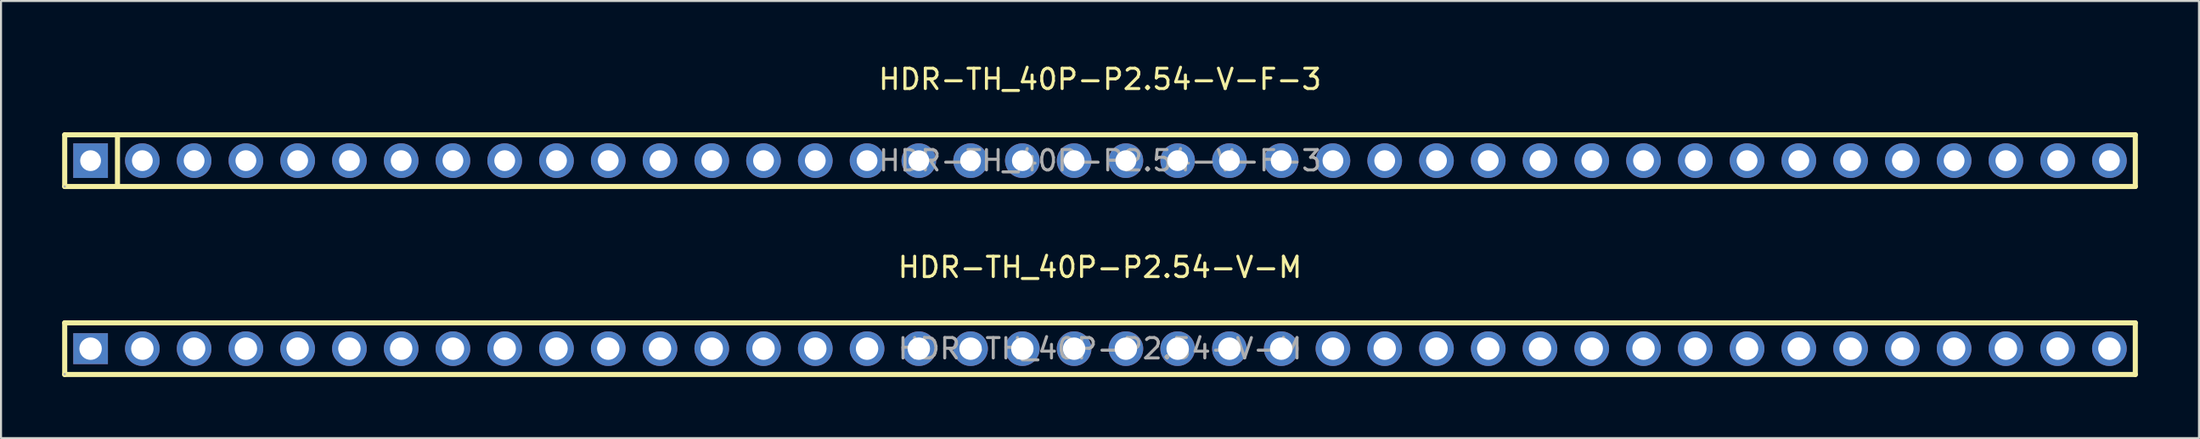
<source format=kicad_pcb>
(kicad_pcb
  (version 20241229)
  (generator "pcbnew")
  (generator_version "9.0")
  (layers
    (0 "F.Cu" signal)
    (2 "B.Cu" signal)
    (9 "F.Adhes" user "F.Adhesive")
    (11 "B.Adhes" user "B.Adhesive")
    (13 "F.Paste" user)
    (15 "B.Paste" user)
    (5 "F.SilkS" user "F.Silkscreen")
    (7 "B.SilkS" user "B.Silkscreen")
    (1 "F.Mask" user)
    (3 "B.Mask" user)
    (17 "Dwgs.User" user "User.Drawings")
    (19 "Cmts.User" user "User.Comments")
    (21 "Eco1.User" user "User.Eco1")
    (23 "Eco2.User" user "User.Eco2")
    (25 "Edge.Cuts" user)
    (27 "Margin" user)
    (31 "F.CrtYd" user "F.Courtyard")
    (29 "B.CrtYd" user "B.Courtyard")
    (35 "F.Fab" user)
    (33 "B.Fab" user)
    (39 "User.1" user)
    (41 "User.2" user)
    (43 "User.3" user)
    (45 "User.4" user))
  (footprint "HDR-TH_40P-P2.54-V-M"
    (layer "F.Cu")
    (at 50.925 14.091)
    (property "Reference" "HDR-TH_40P-P2.54-V-M" (at 0 -4 0) (layer "F.SilkS") (effects (font (size 1 1) (thickness 0.15))))
    (attr through_hole)
    (fp_line (start -50.8 -1.27) (end 50.8 -1.27) (stroke (width 0.25) (type solid)) (layer "F.SilkS"))
    (fp_line (start -50.8 1.27) (end -50.8 -1.27) (stroke (width 0.25) (type solid)) (layer "F.SilkS"))
    (fp_line (start 50.8 -1.27) (end 50.8 1.27) (stroke (width 0.25) (type solid)) (layer "F.SilkS"))
    (fp_line (start 50.8 1.27) (end -50.8 1.27) (stroke (width 0.25) (type solid)) (layer "F.SilkS"))
    (fp_circle (center -50.8 1.25) (end -50.77 1.25) (stroke (width 0.06) (type solid)) (fill no) (layer "F.Fab"))
    (fp_text user "${REFERENCE}" (at 0 0 0) (layer "F.Fab") (effects (font (size 1 1) (thickness 0.15))))
    (pad "1" thru_hole rect (at -49.53 0) (size 1.7 1.52) (drill 1.1) (layers "*.Cu" "*.Paste" "*.Mask"))
    (pad "2" thru_hole circle (at -46.99 0) (size 1.7 1.7) (drill 1.1) (layers "*.Cu" "*.Paste" "*.Mask"))
    (pad "3" thru_hole circle (at -44.45 0) (size 1.7 1.7) (drill 1.1) (layers "*.Cu" "*.Paste" "*.Mask"))
    (pad "4" thru_hole circle (at -41.91 0) (size 1.7 1.7) (drill 1.1) (layers "*.Cu" "*.Paste" "*.Mask"))
    (pad "5" thru_hole circle (at -39.37 0) (size 1.7 1.7) (drill 1.1) (layers "*.Cu" "*.Paste" "*.Mask"))
    (pad "6" thru_hole circle (at -36.83 0) (size 1.7 1.7) (drill 1.1) (layers "*.Cu" "*.Paste" "*.Mask"))
    (pad "7" thru_hole circle (at -34.29 0) (size 1.7 1.7) (drill 1.1) (layers "*.Cu" "*.Paste" "*.Mask"))
    (pad "8" thru_hole circle (at -31.75 0) (size 1.7 1.7) (drill 1.1) (layers "*.Cu" "*.Paste" "*.Mask"))
    (pad "9" thru_hole circle (at -29.21 0) (size 1.7 1.7) (drill 1.1) (layers "*.Cu" "*.Paste" "*.Mask"))
    (pad "10" thru_hole circle (at -26.67 0) (size 1.7 1.7) (drill 1.1) (layers "*.Cu" "*.Paste" "*.Mask"))
    (pad "11" thru_hole circle (at -24.13 0) (size 1.7 1.7) (drill 1.1) (layers "*.Cu" "*.Paste" "*.Mask"))
    (pad "12" thru_hole circle (at -21.59 0) (size 1.7 1.7) (drill 1.1) (layers "*.Cu" "*.Paste" "*.Mask"))
    (pad "13" thru_hole circle (at -19.05 0) (size 1.7 1.7) (drill 1.1) (layers "*.Cu" "*.Paste" "*.Mask"))
    (pad "14" thru_hole circle (at -16.51 0) (size 1.7 1.7) (drill 1.1) (layers "*.Cu" "*.Paste" "*.Mask"))
    (pad "15" thru_hole circle (at -13.97 0) (size 1.7 1.7) (drill 1.1) (layers "*.Cu" "*.Paste" "*.Mask"))
    (pad "16" thru_hole circle (at -11.43 0) (size 1.7 1.7) (drill 1.1) (layers "*.Cu" "*.Paste" "*.Mask"))
    (pad "17" thru_hole circle (at -8.89 0) (size 1.7 1.7) (drill 1.1) (layers "*.Cu" "*.Paste" "*.Mask"))
    (pad "18" thru_hole circle (at -6.35 0) (size 1.7 1.7) (drill 1.1) (layers "*.Cu" "*.Paste" "*.Mask"))
    (pad "19" thru_hole circle (at -3.81 0) (size 1.7 1.7) (drill 1.1) (layers "*.Cu" "*.Paste" "*.Mask"))
    (pad "20" thru_hole circle (at -1.27 0) (size 1.7 1.7) (drill 1.1) (layers "*.Cu" "*.Paste" "*.Mask"))
    (pad "21" thru_hole circle (at 1.27 0) (size 1.7 1.7) (drill 1.1) (layers "*.Cu" "*.Paste" "*.Mask"))
    (pad "22" thru_hole circle (at 3.81 0) (size 1.7 1.7) (drill 1.1) (layers "*.Cu" "*.Paste" "*.Mask"))
    (pad "23" thru_hole circle (at 6.35 0) (size 1.7 1.7) (drill 1.1) (layers "*.Cu" "*.Paste" "*.Mask"))
    (pad "24" thru_hole circle (at 8.89 0) (size 1.7 1.7) (drill 1.1) (layers "*.Cu" "*.Paste" "*.Mask"))
    (pad "25" thru_hole circle (at 11.43 0) (size 1.7 1.7) (drill 1.1) (layers "*.Cu" "*.Paste" "*.Mask"))
    (pad "26" thru_hole circle (at 13.97 0) (size 1.7 1.7) (drill 1.1) (layers "*.Cu" "*.Paste" "*.Mask"))
    (pad "27" thru_hole circle (at 16.51 0) (size 1.7 1.7) (drill 1.1) (layers "*.Cu" "*.Paste" "*.Mask"))
    (pad "28" thru_hole circle (at 19.05 0) (size 1.7 1.7) (drill 1.1) (layers "*.Cu" "*.Paste" "*.Mask"))
    (pad "29" thru_hole circle (at 21.59 0) (size 1.7 1.7) (drill 1.1) (layers "*.Cu" "*.Paste" "*.Mask"))
    (pad "30" thru_hole circle (at 24.13 0) (size 1.7 1.7) (drill 1.1) (layers "*.Cu" "*.Paste" "*.Mask"))
    (pad "31" thru_hole circle (at 26.67 0) (size 1.7 1.7) (drill 1.1) (layers "*.Cu" "*.Paste" "*.Mask"))
    (pad "32" thru_hole circle (at 29.21 0) (size 1.7 1.7) (drill 1.1) (layers "*.Cu" "*.Paste" "*.Mask"))
    (pad "33" thru_hole circle (at 31.75 0) (size 1.7 1.7) (drill 1.1) (layers "*.Cu" "*.Paste" "*.Mask"))
    (pad "34" thru_hole circle (at 34.29 0) (size 1.7 1.7) (drill 1.1) (layers "*.Cu" "*.Paste" "*.Mask"))
    (pad "35" thru_hole circle (at 36.83 0) (size 1.7 1.7) (drill 1.1) (layers "*.Cu" "*.Paste" "*.Mask"))
    (pad "36" thru_hole circle (at 39.37 0) (size 1.7 1.7) (drill 1.1) (layers "*.Cu" "*.Paste" "*.Mask"))
    (pad "37" thru_hole circle (at 41.91 0) (size 1.7 1.7) (drill 1.1) (layers "*.Cu" "*.Paste" "*.Mask"))
    (pad "38" thru_hole circle (at 44.45 0) (size 1.7 1.7) (drill 1.1) (layers "*.Cu" "*.Paste" "*.Mask"))
    (pad "39" thru_hole circle (at 46.99 0) (size 1.7 1.7) (drill 1.1) (layers "*.Cu" "*.Paste" "*.Mask"))
    (pad "40" thru_hole circle (at 49.53 0) (size 1.7 1.7) (drill 1.1) (layers "*.Cu" "*.Paste" "*.Mask")))
  (footprint "HDR-TH_40P-P2.54-V-F-3"
    (layer "F.Cu")
    (at 50.925 4.848)
    (property "Reference" "HDR-TH_40P-P2.54-V-F-3" (at 0 -4 0) (layer "F.SilkS") (effects (font (size 1 1) (thickness 0.15))))
    (attr through_hole)
    (fp_line (start -50.8 -1.27) (end 50.8 -1.27) (stroke (width 0.25) (type solid)) (layer "F.SilkS"))
    (fp_line (start -50.8 1.27) (end -50.8 -1.27) (stroke (width 0.25) (type solid)) (layer "F.SilkS"))
    (fp_line (start -48.21 -1.27) (end -48.21 1.27) (stroke (width 0.25) (type solid)) (layer "F.SilkS"))
    (fp_line (start 50.8 -1.27) (end 50.8 1.27) (stroke (width 0.25) (type solid)) (layer "F.SilkS"))
    (fp_line (start 50.8 1.27) (end -50.8 1.27) (stroke (width 0.25) (type solid)) (layer "F.SilkS"))
    (fp_circle (center -50.8 1.27) (end -50.77 1.27) (stroke (width 0.06) (type solid)) (fill no) (layer "F.Fab"))
    (fp_circle (center -49.53 0) (end -49.41 0) (stroke (width 0.25) (type solid)) (fill no) (layer "F.Fab"))
    (fp_circle (center -46.99 0) (end -46.87 0) (stroke (width 0.25) (type solid)) (fill no) (layer "F.Fab"))
    (fp_circle (center -44.45 0) (end -44.33 0) (stroke (width 0.25) (type solid)) (fill no) (layer "F.Fab"))
    (fp_circle (center -41.91 0) (end -41.79 0) (stroke (width 0.25) (type solid)) (fill no) (layer "F.Fab"))
    (fp_circle (center -39.37 0) (end -39.25 0) (stroke (width 0.25) (type solid)) (fill no) (layer "F.Fab"))
    (fp_circle (center -36.83 0) (end -36.71 0) (stroke (width 0.25) (type solid)) (fill no) (layer "F.Fab"))
    (fp_circle (center -34.29 0) (end -34.17 0) (stroke (width 0.25) (type solid)) (fill no) (layer "F.Fab"))
    (fp_circle (center -31.75 0) (end -31.63 0) (stroke (width 0.25) (type solid)) (fill no) (layer "F.Fab"))
    (fp_circle (center -29.21 0) (end -29.09 0) (stroke (width 0.25) (type solid)) (fill no) (layer "F.Fab"))
    (fp_circle (center -26.67 0) (end -26.55 0) (stroke (width 0.25) (type solid)) (fill no) (layer "F.Fab"))
    (fp_circle (center -24.13 0) (end -24.01 0) (stroke (width 0.25) (type solid)) (fill no) (layer "F.Fab"))
    (fp_circle (center -21.59 0) (end -21.47 0) (stroke (width 0.25) (type solid)) (fill no) (layer "F.Fab"))
    (fp_circle (center -19.05 0) (end -18.93 0) (stroke (width 0.25) (type solid)) (fill no) (layer "F.Fab"))
    (fp_circle (center -16.51 0) (end -16.39 0) (stroke (width 0.25) (type solid)) (fill no) (layer "F.Fab"))
    (fp_circle (center -13.97 0) (end -13.85 0) (stroke (width 0.25) (type solid)) (fill no) (layer "F.Fab"))
    (fp_circle (center -11.43 0) (end -11.31 0) (stroke (width 0.25) (type solid)) (fill no) (layer "F.Fab"))
    (fp_circle (center -8.89 0) (end -8.77 0) (stroke (width 0.25) (type solid)) (fill no) (layer "F.Fab"))
    (fp_circle (center -6.35 0) (end -6.23 0) (stroke (width 0.25) (type solid)) (fill no) (layer "F.Fab"))
    (fp_circle (center -3.81 0) (end -3.69 0) (stroke (width 0.25) (type solid)) (fill no) (layer "F.Fab"))
    (fp_circle (center -1.27 0) (end -1.15 0) (stroke (width 0.25) (type solid)) (fill no) (layer "F.Fab"))
    (fp_circle (center 1.27 0) (end 1.39 0) (stroke (width 0.25) (type solid)) (fill no) (layer "F.Fab"))
    (fp_circle (center 3.81 0) (end 3.93 0) (stroke (width 0.25) (type solid)) (fill no) (layer "F.Fab"))
    (fp_circle (center 6.35 0) (end 6.47 0) (stroke (width 0.25) (type solid)) (fill no) (layer "F.Fab"))
    (fp_circle (center 8.89 0) (end 9.01 0) (stroke (width 0.25) (type solid)) (fill no) (layer "F.Fab"))
    (fp_circle (center 11.43 0) (end 11.55 0) (stroke (width 0.25) (type solid)) (fill no) (layer "F.Fab"))
    (fp_circle (center 13.97 0) (end 14.09 0) (stroke (width 0.25) (type solid)) (fill no) (layer "F.Fab"))
    (fp_circle (center 16.51 0) (end 16.63 0) (stroke (width 0.25) (type solid)) (fill no) (layer "F.Fab"))
    (fp_circle (center 19.05 0) (end 19.17 0) (stroke (width 0.25) (type solid)) (fill no) (layer "F.Fab"))
    (fp_circle (center 21.59 0) (end 21.71 0) (stroke (width 0.25) (type solid)) (fill no) (layer "F.Fab"))
    (fp_circle (center 24.13 0) (end 24.25 0) (stroke (width 0.25) (type solid)) (fill no) (layer "F.Fab"))
    (fp_circle (center 26.67 0) (end 26.79 0) (stroke (width 0.25) (type solid)) (fill no) (layer "F.Fab"))
    (fp_circle (center 29.21 0) (end 29.33 0) (stroke (width 0.25) (type solid)) (fill no) (layer "F.Fab"))
    (fp_circle (center 31.75 0) (end 31.87 0) (stroke (width 0.25) (type solid)) (fill no) (layer "F.Fab"))
    (fp_circle (center 34.29 0) (end 34.41 0) (stroke (width 0.25) (type solid)) (fill no) (layer "F.Fab"))
    (fp_circle (center 36.83 0) (end 36.95 0) (stroke (width 0.25) (type solid)) (fill no) (layer "F.Fab"))
    (fp_circle (center 39.37 0) (end 39.49 0) (stroke (width 0.25) (type solid)) (fill no) (layer "F.Fab"))
    (fp_circle (center 41.91 0) (end 42.03 0) (stroke (width 0.25) (type solid)) (fill no) (layer "F.Fab"))
    (fp_circle (center 44.45 0) (end 44.57 0) (stroke (width 0.25) (type solid)) (fill no) (layer "F.Fab"))
    (fp_circle (center 46.99 0) (end 47.11 0) (stroke (width 0.25) (type solid)) (fill no) (layer "F.Fab"))
    (fp_circle (center 49.53 0) (end 49.65 0) (stroke (width 0.25) (type solid)) (fill no) (layer "F.Fab"))
    (fp_text user "${REFERENCE}" (at 0 0 0) (layer "F.Fab") (effects (font (size 1 1) (thickness 0.15))))
    (pad "1" thru_hole rect (at -49.53 0) (size 1.7 1.7) (drill 1.02) (layers "*.Cu" "*.Paste" "*.Mask"))
    (pad "2" thru_hole circle (at -46.99 0) (size 1.7 1.7) (drill 1.02) (layers "*.Cu" "*.Paste" "*.Mask"))
    (pad "3" thru_hole circle (at -44.45 0) (size 1.7 1.7) (drill 1.02) (layers "*.Cu" "*.Paste" "*.Mask"))
    (pad "4" thru_hole circle (at -41.91 0) (size 1.7 1.7) (drill 1.02) (layers "*.Cu" "*.Paste" "*.Mask"))
    (pad "5" thru_hole circle (at -39.37 0) (size 1.7 1.7) (drill 1.02) (layers "*.Cu" "*.Paste" "*.Mask"))
    (pad "6" thru_hole circle (at -36.83 0) (size 1.7 1.7) (drill 1.02) (layers "*.Cu" "*.Paste" "*.Mask"))
    (pad "7" thru_hole circle (at -34.29 0) (size 1.7 1.7) (drill 1.02) (layers "*.Cu" "*.Paste" "*.Mask"))
    (pad "8" thru_hole circle (at -31.75 0) (size 1.7 1.7) (drill 1.02) (layers "*.Cu" "*.Paste" "*.Mask"))
    (pad "9" thru_hole circle (at -29.21 0) (size 1.7 1.7) (drill 1.02) (layers "*.Cu" "*.Paste" "*.Mask"))
    (pad "10" thru_hole circle (at -26.67 0) (size 1.7 1.7) (drill 1.02) (layers "*.Cu" "*.Paste" "*.Mask"))
    (pad "11" thru_hole circle (at -24.13 0) (size 1.7 1.7) (drill 1.02) (layers "*.Cu" "*.Paste" "*.Mask"))
    (pad "12" thru_hole circle (at -21.59 0) (size 1.7 1.7) (drill 1.02) (layers "*.Cu" "*.Paste" "*.Mask"))
    (pad "13" thru_hole circle (at -19.05 0) (size 1.7 1.7) (drill 1.02) (layers "*.Cu" "*.Paste" "*.Mask"))
    (pad "14" thru_hole circle (at -16.51 0) (size 1.7 1.7) (drill 1.02) (layers "*.Cu" "*.Paste" "*.Mask"))
    (pad "15" thru_hole circle (at -13.97 0) (size 1.7 1.7) (drill 1.02) (layers "*.Cu" "*.Paste" "*.Mask"))
    (pad "16" thru_hole circle (at -11.43 0) (size 1.7 1.7) (drill 1.02) (layers "*.Cu" "*.Paste" "*.Mask"))
    (pad "17" thru_hole circle (at -8.89 0) (size 1.7 1.7) (drill 1.02) (layers "*.Cu" "*.Paste" "*.Mask"))
    (pad "18" thru_hole circle (at -6.35 0) (size 1.7 1.7) (drill 1.02) (layers "*.Cu" "*.Paste" "*.Mask"))
    (pad "19" thru_hole circle (at -3.81 0) (size 1.7 1.7) (drill 1.02) (layers "*.Cu" "*.Paste" "*.Mask"))
    (pad "20" thru_hole circle (at -1.27 0) (size 1.7 1.7) (drill 1.02) (layers "*.Cu" "*.Paste" "*.Mask"))
    (pad "21" thru_hole circle (at 1.27 0) (size 1.7 1.7) (drill 1.02) (layers "*.Cu" "*.Paste" "*.Mask"))
    (pad "22" thru_hole circle (at 3.81 0) (size 1.7 1.7) (drill 1.02) (layers "*.Cu" "*.Paste" "*.Mask"))
    (pad "23" thru_hole circle (at 6.35 0) (size 1.7 1.7) (drill 1.02) (layers "*.Cu" "*.Paste" "*.Mask"))
    (pad "24" thru_hole circle (at 8.89 0) (size 1.7 1.7) (drill 1.02) (layers "*.Cu" "*.Paste" "*.Mask"))
    (pad "25" thru_hole circle (at 11.43 0) (size 1.7 1.7) (drill 1.02) (layers "*.Cu" "*.Paste" "*.Mask"))
    (pad "26" thru_hole circle (at 13.97 0) (size 1.7 1.7) (drill 1.02) (layers "*.Cu" "*.Paste" "*.Mask"))
    (pad "27" thru_hole circle (at 16.51 0) (size 1.7 1.7) (drill 1.02) (layers "*.Cu" "*.Paste" "*.Mask"))
    (pad "28" thru_hole circle (at 19.05 0) (size 1.7 1.7) (drill 1.02) (layers "*.Cu" "*.Paste" "*.Mask"))
    (pad "29" thru_hole circle (at 21.59 0) (size 1.7 1.7) (drill 1.02) (layers "*.Cu" "*.Paste" "*.Mask"))
    (pad "30" thru_hole circle (at 24.13 0) (size 1.7 1.7) (drill 1.02) (layers "*.Cu" "*.Paste" "*.Mask"))
    (pad "31" thru_hole circle (at 26.67 0) (size 1.7 1.7) (drill 1.02) (layers "*.Cu" "*.Paste" "*.Mask"))
    (pad "32" thru_hole circle (at 29.21 0) (size 1.7 1.7) (drill 1.02) (layers "*.Cu" "*.Paste" "*.Mask"))
    (pad "33" thru_hole circle (at 31.75 0) (size 1.7 1.7) (drill 1.02) (layers "*.Cu" "*.Paste" "*.Mask"))
    (pad "34" thru_hole circle (at 34.29 0) (size 1.7 1.7) (drill 1.02) (layers "*.Cu" "*.Paste" "*.Mask"))
    (pad "35" thru_hole circle (at 36.83 0) (size 1.7 1.7) (drill 1.02) (layers "*.Cu" "*.Paste" "*.Mask"))
    (pad "36" thru_hole circle (at 39.37 0) (size 1.7 1.7) (drill 1.02) (layers "*.Cu" "*.Paste" "*.Mask"))
    (pad "37" thru_hole circle (at 41.91 0) (size 1.7 1.7) (drill 1.02) (layers "*.Cu" "*.Paste" "*.Mask"))
    (pad "38" thru_hole circle (at 44.45 0) (size 1.7 1.7) (drill 1.02) (layers "*.Cu" "*.Paste" "*.Mask"))
    (pad "39" thru_hole circle (at 46.99 0) (size 1.7 1.7) (drill 1.02) (layers "*.Cu" "*.Paste" "*.Mask"))
    (pad "40" thru_hole circle (at 49.53 0) (size 1.7 1.7) (drill 1.02) (layers "*.Cu" "*.Paste" "*.Mask")))
  (gr_rect
    (start -3 -3)
    (end 104.85 18.486)
    (stroke (width 0.1) (type default))
    (fill no)
    (layer "Edge.Cuts")))
</source>
